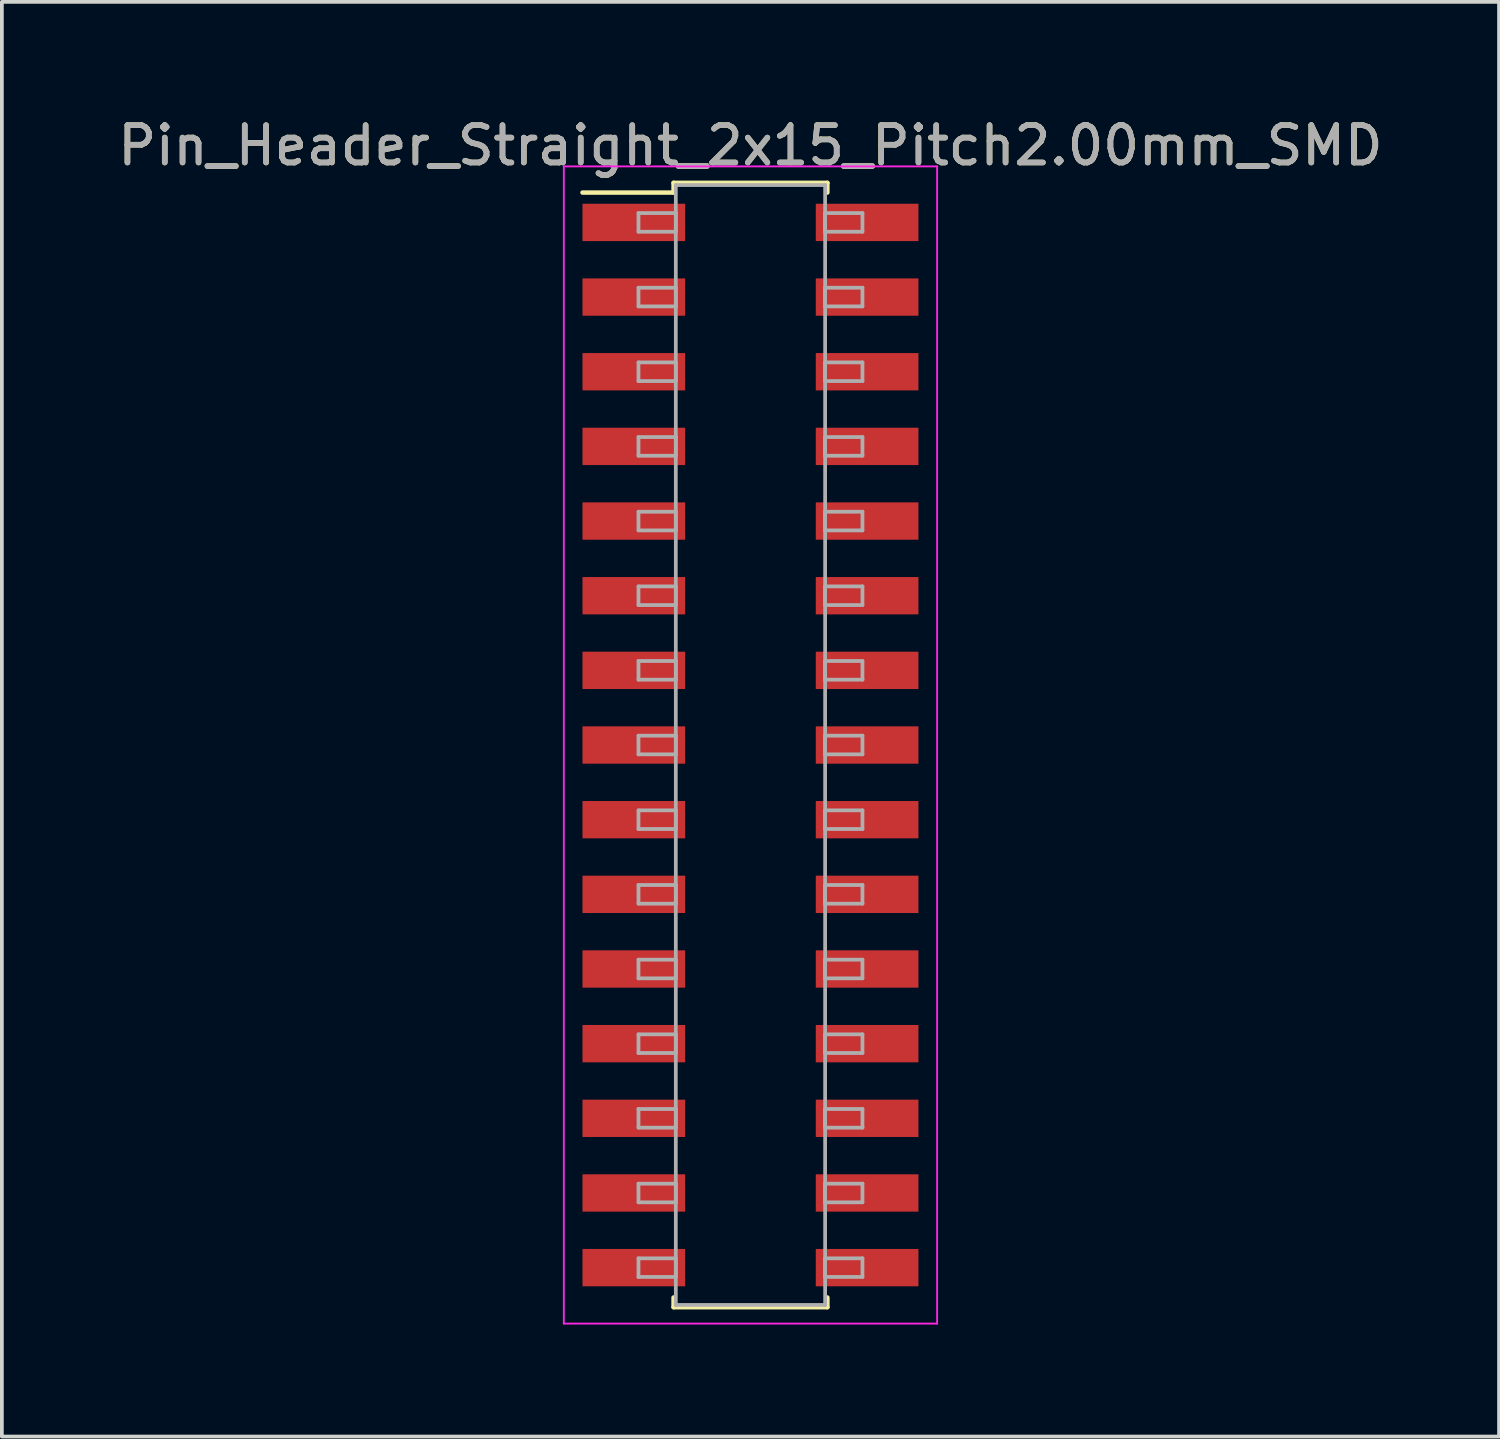
<source format=kicad_pcb>
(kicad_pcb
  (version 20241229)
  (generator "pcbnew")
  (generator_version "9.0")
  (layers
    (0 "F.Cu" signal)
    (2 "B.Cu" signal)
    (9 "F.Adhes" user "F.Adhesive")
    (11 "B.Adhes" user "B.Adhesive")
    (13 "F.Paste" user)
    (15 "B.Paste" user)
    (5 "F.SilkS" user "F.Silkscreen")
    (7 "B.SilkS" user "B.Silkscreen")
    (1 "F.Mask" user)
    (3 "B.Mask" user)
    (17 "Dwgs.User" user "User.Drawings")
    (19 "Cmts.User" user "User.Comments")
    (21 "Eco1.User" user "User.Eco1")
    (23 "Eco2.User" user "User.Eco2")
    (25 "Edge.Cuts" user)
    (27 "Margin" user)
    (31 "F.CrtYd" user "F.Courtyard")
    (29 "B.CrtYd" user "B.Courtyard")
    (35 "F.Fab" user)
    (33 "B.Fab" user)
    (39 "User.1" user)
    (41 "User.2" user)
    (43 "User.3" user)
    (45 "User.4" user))
  (footprint "Pin_Header_Straight_2x15_Pitch2.00mm_SMD"
    (layer "F.Cu")
    (at 17.054 16.908)
    (property "Reference" "Pin_Header_Straight_2x15_Pitch2.00mm_SMD" (at 0 -16.06 0) (layer "F.SilkS") (effects (font (size 1 1) (thickness 0.15))))
    (attr smd)
    (fp_line (start -4.5 -14.8) (end -2.06 -14.8) (stroke (width 0.12) (type solid)) (layer "F.SilkS"))
    (fp_line (start -2.06 -15.06) (end 2.06 -15.06) (stroke (width 0.12) (type solid)) (layer "F.SilkS"))
    (fp_line (start -2.06 -14.8) (end -2.06 -15.06) (stroke (width 0.12) (type solid)) (layer "F.SilkS"))
    (fp_line (start -2.06 14.8) (end -2.06 15.06) (stroke (width 0.12) (type solid)) (layer "F.SilkS"))
    (fp_line (start -2.06 15.06) (end 2.06 15.06) (stroke (width 0.12) (type solid)) (layer "F.SilkS"))
    (fp_line (start 2.06 -15.06) (end 2.06 -14.8) (stroke (width 0.12) (type solid)) (layer "F.SilkS"))
    (fp_line (start 2.06 15.06) (end 2.06 14.8) (stroke (width 0.12) (type solid)) (layer "F.SilkS"))
    (fp_line (start -5 -15.5) (end -5 15.5) (stroke (width 0.05) (type solid)) (layer "F.CrtYd"))
    (fp_line (start -5 15.5) (end 5 15.5) (stroke (width 0.05) (type solid)) (layer "F.CrtYd"))
    (fp_line (start 5 -15.5) (end -5 -15.5) (stroke (width 0.05) (type solid)) (layer "F.CrtYd"))
    (fp_line (start 5 15.5) (end 5 -15.5) (stroke (width 0.05) (type solid)) (layer "F.CrtYd"))
    (fp_line (start -3 -14.25) (end -2 -14.25) (stroke (width 0.1) (type solid)) (layer "F.Fab"))
    (fp_line (start -3 -13.75) (end -3 -14.25) (stroke (width 0.1) (type solid)) (layer "F.Fab"))
    (fp_line (start -3 -12.25) (end -2 -12.25) (stroke (width 0.1) (type solid)) (layer "F.Fab"))
    (fp_line (start -3 -11.75) (end -3 -12.25) (stroke (width 0.1) (type solid)) (layer "F.Fab"))
    (fp_line (start -3 -10.25) (end -2 -10.25) (stroke (width 0.1) (type solid)) (layer "F.Fab"))
    (fp_line (start -3 -9.75) (end -3 -10.25) (stroke (width 0.1) (type solid)) (layer "F.Fab"))
    (fp_line (start -3 -8.25) (end -2 -8.25) (stroke (width 0.1) (type solid)) (layer "F.Fab"))
    (fp_line (start -3 -7.75) (end -3 -8.25) (stroke (width 0.1) (type solid)) (layer "F.Fab"))
    (fp_line (start -3 -6.25) (end -2 -6.25) (stroke (width 0.1) (type solid)) (layer "F.Fab"))
    (fp_line (start -3 -5.75) (end -3 -6.25) (stroke (width 0.1) (type solid)) (layer "F.Fab"))
    (fp_line (start -3 -4.25) (end -2 -4.25) (stroke (width 0.1) (type solid)) (layer "F.Fab"))
    (fp_line (start -3 -3.75) (end -3 -4.25) (stroke (width 0.1) (type solid)) (layer "F.Fab"))
    (fp_line (start -3 -2.25) (end -2 -2.25) (stroke (width 0.1) (type solid)) (layer "F.Fab"))
    (fp_line (start -3 -1.75) (end -3 -2.25) (stroke (width 0.1) (type solid)) (layer "F.Fab"))
    (fp_line (start -3 -0.25) (end -2 -0.25) (stroke (width 0.1) (type solid)) (layer "F.Fab"))
    (fp_line (start -3 0.25) (end -3 -0.25) (stroke (width 0.1) (type solid)) (layer "F.Fab"))
    (fp_line (start -3 1.75) (end -2 1.75) (stroke (width 0.1) (type solid)) (layer "F.Fab"))
    (fp_line (start -3 2.25) (end -3 1.75) (stroke (width 0.1) (type solid)) (layer "F.Fab"))
    (fp_line (start -3 3.75) (end -2 3.75) (stroke (width 0.1) (type solid)) (layer "F.Fab"))
    (fp_line (start -3 4.25) (end -3 3.75) (stroke (width 0.1) (type solid)) (layer "F.Fab"))
    (fp_line (start -3 5.75) (end -2 5.75) (stroke (width 0.1) (type solid)) (layer "F.Fab"))
    (fp_line (start -3 6.25) (end -3 5.75) (stroke (width 0.1) (type solid)) (layer "F.Fab"))
    (fp_line (start -3 7.75) (end -2 7.75) (stroke (width 0.1) (type solid)) (layer "F.Fab"))
    (fp_line (start -3 8.25) (end -3 7.75) (stroke (width 0.1) (type solid)) (layer "F.Fab"))
    (fp_line (start -3 9.75) (end -2 9.75) (stroke (width 0.1) (type solid)) (layer "F.Fab"))
    (fp_line (start -3 10.25) (end -3 9.75) (stroke (width 0.1) (type solid)) (layer "F.Fab"))
    (fp_line (start -3 11.75) (end -2 11.75) (stroke (width 0.1) (type solid)) (layer "F.Fab"))
    (fp_line (start -3 12.25) (end -3 11.75) (stroke (width 0.1) (type solid)) (layer "F.Fab"))
    (fp_line (start -3 13.75) (end -2 13.75) (stroke (width 0.1) (type solid)) (layer "F.Fab"))
    (fp_line (start -3 14.25) (end -3 13.75) (stroke (width 0.1) (type solid)) (layer "F.Fab"))
    (fp_line (start -2 -15) (end -2 15) (stroke (width 0.1) (type solid)) (layer "F.Fab"))
    (fp_line (start -2 -14.25) (end -2 -13.75) (stroke (width 0.1) (type solid)) (layer "F.Fab"))
    (fp_line (start -2 -13.75) (end -3 -13.75) (stroke (width 0.1) (type solid)) (layer "F.Fab"))
    (fp_line (start -2 -12.25) (end -2 -11.75) (stroke (width 0.1) (type solid)) (layer "F.Fab"))
    (fp_line (start -2 -11.75) (end -3 -11.75) (stroke (width 0.1) (type solid)) (layer "F.Fab"))
    (fp_line (start -2 -10.25) (end -2 -9.75) (stroke (width 0.1) (type solid)) (layer "F.Fab"))
    (fp_line (start -2 -9.75) (end -3 -9.75) (stroke (width 0.1) (type solid)) (layer "F.Fab"))
    (fp_line (start -2 -8.25) (end -2 -7.75) (stroke (width 0.1) (type solid)) (layer "F.Fab"))
    (fp_line (start -2 -7.75) (end -3 -7.75) (stroke (width 0.1) (type solid)) (layer "F.Fab"))
    (fp_line (start -2 -6.25) (end -2 -5.75) (stroke (width 0.1) (type solid)) (layer "F.Fab"))
    (fp_line (start -2 -5.75) (end -3 -5.75) (stroke (width 0.1) (type solid)) (layer "F.Fab"))
    (fp_line (start -2 -4.25) (end -2 -3.75) (stroke (width 0.1) (type solid)) (layer "F.Fab"))
    (fp_line (start -2 -3.75) (end -3 -3.75) (stroke (width 0.1) (type solid)) (layer "F.Fab"))
    (fp_line (start -2 -2.25) (end -2 -1.75) (stroke (width 0.1) (type solid)) (layer "F.Fab"))
    (fp_line (start -2 -1.75) (end -3 -1.75) (stroke (width 0.1) (type solid)) (layer "F.Fab"))
    (fp_line (start -2 -0.25) (end -2 0.25) (stroke (width 0.1) (type solid)) (layer "F.Fab"))
    (fp_line (start -2 0.25) (end -3 0.25) (stroke (width 0.1) (type solid)) (layer "F.Fab"))
    (fp_line (start -2 1.75) (end -2 2.25) (stroke (width 0.1) (type solid)) (layer "F.Fab"))
    (fp_line (start -2 2.25) (end -3 2.25) (stroke (width 0.1) (type solid)) (layer "F.Fab"))
    (fp_line (start -2 3.75) (end -2 4.25) (stroke (width 0.1) (type solid)) (layer "F.Fab"))
    (fp_line (start -2 4.25) (end -3 4.25) (stroke (width 0.1) (type solid)) (layer "F.Fab"))
    (fp_line (start -2 5.75) (end -2 6.25) (stroke (width 0.1) (type solid)) (layer "F.Fab"))
    (fp_line (start -2 6.25) (end -3 6.25) (stroke (width 0.1) (type solid)) (layer "F.Fab"))
    (fp_line (start -2 7.75) (end -2 8.25) (stroke (width 0.1) (type solid)) (layer "F.Fab"))
    (fp_line (start -2 8.25) (end -3 8.25) (stroke (width 0.1) (type solid)) (layer "F.Fab"))
    (fp_line (start -2 9.75) (end -2 10.25) (stroke (width 0.1) (type solid)) (layer "F.Fab"))
    (fp_line (start -2 10.25) (end -3 10.25) (stroke (width 0.1) (type solid)) (layer "F.Fab"))
    (fp_line (start -2 11.75) (end -2 12.25) (stroke (width 0.1) (type solid)) (layer "F.Fab"))
    (fp_line (start -2 12.25) (end -3 12.25) (stroke (width 0.1) (type solid)) (layer "F.Fab"))
    (fp_line (start -2 13.75) (end -2 14.25) (stroke (width 0.1) (type solid)) (layer "F.Fab"))
    (fp_line (start -2 14.25) (end -3 14.25) (stroke (width 0.1) (type solid)) (layer "F.Fab"))
    (fp_line (start -2 15) (end 2 15) (stroke (width 0.1) (type solid)) (layer "F.Fab"))
    (fp_line (start 2 -15) (end -2 -15) (stroke (width 0.1) (type solid)) (layer "F.Fab"))
    (fp_line (start 2 -14.25) (end 2 -13.75) (stroke (width 0.1) (type solid)) (layer "F.Fab"))
    (fp_line (start 2 -13.75) (end 3 -13.75) (stroke (width 0.1) (type solid)) (layer "F.Fab"))
    (fp_line (start 2 -12.25) (end 2 -11.75) (stroke (width 0.1) (type solid)) (layer "F.Fab"))
    (fp_line (start 2 -11.75) (end 3 -11.75) (stroke (width 0.1) (type solid)) (layer "F.Fab"))
    (fp_line (start 2 -10.25) (end 2 -9.75) (stroke (width 0.1) (type solid)) (layer "F.Fab"))
    (fp_line (start 2 -9.75) (end 3 -9.75) (stroke (width 0.1) (type solid)) (layer "F.Fab"))
    (fp_line (start 2 -8.25) (end 2 -7.75) (stroke (width 0.1) (type solid)) (layer "F.Fab"))
    (fp_line (start 2 -7.75) (end 3 -7.75) (stroke (width 0.1) (type solid)) (layer "F.Fab"))
    (fp_line (start 2 -6.25) (end 2 -5.75) (stroke (width 0.1) (type solid)) (layer "F.Fab"))
    (fp_line (start 2 -5.75) (end 3 -5.75) (stroke (width 0.1) (type solid)) (layer "F.Fab"))
    (fp_line (start 2 -4.25) (end 2 -3.75) (stroke (width 0.1) (type solid)) (layer "F.Fab"))
    (fp_line (start 2 -3.75) (end 3 -3.75) (stroke (width 0.1) (type solid)) (layer "F.Fab"))
    (fp_line (start 2 -2.25) (end 2 -1.75) (stroke (width 0.1) (type solid)) (layer "F.Fab"))
    (fp_line (start 2 -1.75) (end 3 -1.75) (stroke (width 0.1) (type solid)) (layer "F.Fab"))
    (fp_line (start 2 -0.25) (end 2 0.25) (stroke (width 0.1) (type solid)) (layer "F.Fab"))
    (fp_line (start 2 0.25) (end 3 0.25) (stroke (width 0.1) (type solid)) (layer "F.Fab"))
    (fp_line (start 2 1.75) (end 2 2.25) (stroke (width 0.1) (type solid)) (layer "F.Fab"))
    (fp_line (start 2 2.25) (end 3 2.25) (stroke (width 0.1) (type solid)) (layer "F.Fab"))
    (fp_line (start 2 3.75) (end 2 4.25) (stroke (width 0.1) (type solid)) (layer "F.Fab"))
    (fp_line (start 2 4.25) (end 3 4.25) (stroke (width 0.1) (type solid)) (layer "F.Fab"))
    (fp_line (start 2 5.75) (end 2 6.25) (stroke (width 0.1) (type solid)) (layer "F.Fab"))
    (fp_line (start 2 6.25) (end 3 6.25) (stroke (width 0.1) (type solid)) (layer "F.Fab"))
    (fp_line (start 2 7.75) (end 2 8.25) (stroke (width 0.1) (type solid)) (layer "F.Fab"))
    (fp_line (start 2 8.25) (end 3 8.25) (stroke (width 0.1) (type solid)) (layer "F.Fab"))
    (fp_line (start 2 9.75) (end 2 10.25) (stroke (width 0.1) (type solid)) (layer "F.Fab"))
    (fp_line (start 2 10.25) (end 3 10.25) (stroke (width 0.1) (type solid)) (layer "F.Fab"))
    (fp_line (start 2 11.75) (end 2 12.25) (stroke (width 0.1) (type solid)) (layer "F.Fab"))
    (fp_line (start 2 12.25) (end 3 12.25) (stroke (width 0.1) (type solid)) (layer "F.Fab"))
    (fp_line (start 2 13.75) (end 2 14.25) (stroke (width 0.1) (type solid)) (layer "F.Fab"))
    (fp_line (start 2 14.25) (end 3 14.25) (stroke (width 0.1) (type solid)) (layer "F.Fab"))
    (fp_line (start 2 15) (end 2 -15) (stroke (width 0.1) (type solid)) (layer "F.Fab"))
    (fp_line (start 3 -14.25) (end 2 -14.25) (stroke (width 0.1) (type solid)) (layer "F.Fab"))
    (fp_line (start 3 -13.75) (end 3 -14.25) (stroke (width 0.1) (type solid)) (layer "F.Fab"))
    (fp_line (start 3 -12.25) (end 2 -12.25) (stroke (width 0.1) (type solid)) (layer "F.Fab"))
    (fp_line (start 3 -11.75) (end 3 -12.25) (stroke (width 0.1) (type solid)) (layer "F.Fab"))
    (fp_line (start 3 -10.25) (end 2 -10.25) (stroke (width 0.1) (type solid)) (layer "F.Fab"))
    (fp_line (start 3 -9.75) (end 3 -10.25) (stroke (width 0.1) (type solid)) (layer "F.Fab"))
    (fp_line (start 3 -8.25) (end 2 -8.25) (stroke (width 0.1) (type solid)) (layer "F.Fab"))
    (fp_line (start 3 -7.75) (end 3 -8.25) (stroke (width 0.1) (type solid)) (layer "F.Fab"))
    (fp_line (start 3 -6.25) (end 2 -6.25) (stroke (width 0.1) (type solid)) (layer "F.Fab"))
    (fp_line (start 3 -5.75) (end 3 -6.25) (stroke (width 0.1) (type solid)) (layer "F.Fab"))
    (fp_line (start 3 -4.25) (end 2 -4.25) (stroke (width 0.1) (type solid)) (layer "F.Fab"))
    (fp_line (start 3 -3.75) (end 3 -4.25) (stroke (width 0.1) (type solid)) (layer "F.Fab"))
    (fp_line (start 3 -2.25) (end 2 -2.25) (stroke (width 0.1) (type solid)) (layer "F.Fab"))
    (fp_line (start 3 -1.75) (end 3 -2.25) (stroke (width 0.1) (type solid)) (layer "F.Fab"))
    (fp_line (start 3 -0.25) (end 2 -0.25) (stroke (width 0.1) (type solid)) (layer "F.Fab"))
    (fp_line (start 3 0.25) (end 3 -0.25) (stroke (width 0.1) (type solid)) (layer "F.Fab"))
    (fp_line (start 3 1.75) (end 2 1.75) (stroke (width 0.1) (type solid)) (layer "F.Fab"))
    (fp_line (start 3 2.25) (end 3 1.75) (stroke (width 0.1) (type solid)) (layer "F.Fab"))
    (fp_line (start 3 3.75) (end 2 3.75) (stroke (width 0.1) (type solid)) (layer "F.Fab"))
    (fp_line (start 3 4.25) (end 3 3.75) (stroke (width 0.1) (type solid)) (layer "F.Fab"))
    (fp_line (start 3 5.75) (end 2 5.75) (stroke (width 0.1) (type solid)) (layer "F.Fab"))
    (fp_line (start 3 6.25) (end 3 5.75) (stroke (width 0.1) (type solid)) (layer "F.Fab"))
    (fp_line (start 3 7.75) (end 2 7.75) (stroke (width 0.1) (type solid)) (layer "F.Fab"))
    (fp_line (start 3 8.25) (end 3 7.75) (stroke (width 0.1) (type solid)) (layer "F.Fab"))
    (fp_line (start 3 9.75) (end 2 9.75) (stroke (width 0.1) (type solid)) (layer "F.Fab"))
    (fp_line (start 3 10.25) (end 3 9.75) (stroke (width 0.1) (type solid)) (layer "F.Fab"))
    (fp_line (start 3 11.75) (end 2 11.75) (stroke (width 0.1) (type solid)) (layer "F.Fab"))
    (fp_line (start 3 12.25) (end 3 11.75) (stroke (width 0.1) (type solid)) (layer "F.Fab"))
    (fp_line (start 3 13.75) (end 2 13.75) (stroke (width 0.1) (type solid)) (layer "F.Fab"))
    (fp_line (start 3 14.25) (end 3 13.75) (stroke (width 0.1) (type solid)) (layer "F.Fab"))
    (fp_text user "${REFERENCE}" (at 0 -16.06 0) (layer "F.Fab") (effects (font (size 1 1) (thickness 0.15))))
    (pad "1" smd rect (at -3.125 -14) (size 2.75 1) (layers "F.Cu" "F.Mask" "F.Paste"))
    (pad "2" smd rect (at 3.125 -14) (size 2.75 1) (layers "F.Cu" "F.Mask" "F.Paste"))
    (pad "3" smd rect (at -3.125 -12) (size 2.75 1) (layers "F.Cu" "F.Mask" "F.Paste"))
    (pad "4" smd rect (at 3.125 -12) (size 2.75 1) (layers "F.Cu" "F.Mask" "F.Paste"))
    (pad "5" smd rect (at -3.125 -10) (size 2.75 1) (layers "F.Cu" "F.Mask" "F.Paste"))
    (pad "6" smd rect (at 3.125 -10) (size 2.75 1) (layers "F.Cu" "F.Mask" "F.Paste"))
    (pad "7" smd rect (at -3.125 -8) (size 2.75 1) (layers "F.Cu" "F.Mask" "F.Paste"))
    (pad "8" smd rect (at 3.125 -8) (size 2.75 1) (layers "F.Cu" "F.Mask" "F.Paste"))
    (pad "9" smd rect (at -3.125 -6) (size 2.75 1) (layers "F.Cu" "F.Mask" "F.Paste"))
    (pad "10" smd rect (at 3.125 -6) (size 2.75 1) (layers "F.Cu" "F.Mask" "F.Paste"))
    (pad "11" smd rect (at -3.125 -4) (size 2.75 1) (layers "F.Cu" "F.Mask" "F.Paste"))
    (pad "12" smd rect (at 3.125 -4) (size 2.75 1) (layers "F.Cu" "F.Mask" "F.Paste"))
    (pad "13" smd rect (at -3.125 -2) (size 2.75 1) (layers "F.Cu" "F.Mask" "F.Paste"))
    (pad "14" smd rect (at 3.125 -2) (size 2.75 1) (layers "F.Cu" "F.Mask" "F.Paste"))
    (pad "15" smd rect (at -3.125 0) (size 2.75 1) (layers "F.Cu" "F.Mask" "F.Paste"))
    (pad "16" smd rect (at 3.125 0) (size 2.75 1) (layers "F.Cu" "F.Mask" "F.Paste"))
    (pad "17" smd rect (at -3.125 2) (size 2.75 1) (layers "F.Cu" "F.Mask" "F.Paste"))
    (pad "18" smd rect (at 3.125 2) (size 2.75 1) (layers "F.Cu" "F.Mask" "F.Paste"))
    (pad "19" smd rect (at -3.125 4) (size 2.75 1) (layers "F.Cu" "F.Mask" "F.Paste"))
    (pad "20" smd rect (at 3.125 4) (size 2.75 1) (layers "F.Cu" "F.Mask" "F.Paste"))
    (pad "21" smd rect (at -3.125 6) (size 2.75 1) (layers "F.Cu" "F.Mask" "F.Paste"))
    (pad "22" smd rect (at 3.125 6) (size 2.75 1) (layers "F.Cu" "F.Mask" "F.Paste"))
    (pad "23" smd rect (at -3.125 8) (size 2.75 1) (layers "F.Cu" "F.Mask" "F.Paste"))
    (pad "24" smd rect (at 3.125 8) (size 2.75 1) (layers "F.Cu" "F.Mask" "F.Paste"))
    (pad "25" smd rect (at -3.125 10) (size 2.75 1) (layers "F.Cu" "F.Mask" "F.Paste"))
    (pad "26" smd rect (at 3.125 10) (size 2.75 1) (layers "F.Cu" "F.Mask" "F.Paste"))
    (pad "27" smd rect (at -3.125 12) (size 2.75 1) (layers "F.Cu" "F.Mask" "F.Paste"))
    (pad "28" smd rect (at 3.125 12) (size 2.75 1) (layers "F.Cu" "F.Mask" "F.Paste"))
    (pad "29" smd rect (at -3.125 14) (size 2.75 1) (layers "F.Cu" "F.Mask" "F.Paste"))
    (pad "30" smd rect (at 3.125 14) (size 2.75 1) (layers "F.Cu" "F.Mask" "F.Paste")))
  (gr_rect
    (start -3 -3)
    (end 37.107 35.433)
    (stroke (width 0.1) (type default))
    (fill no)
    (layer "Edge.Cuts")))
</source>
